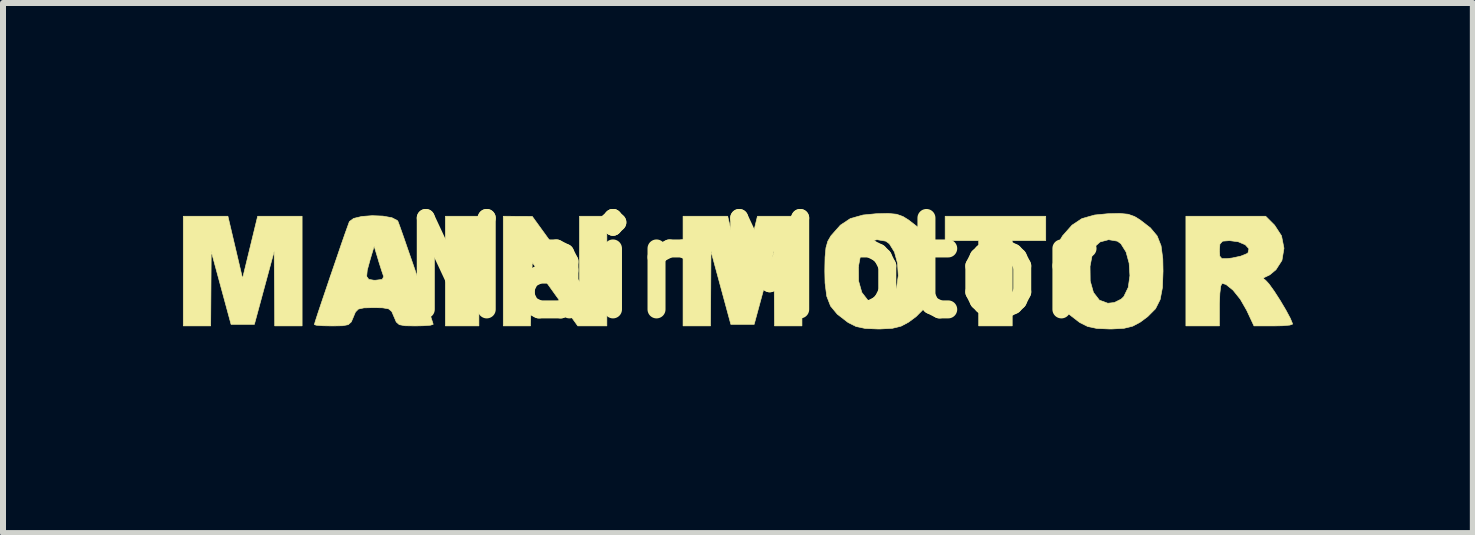
<source format=kicad_pcb>
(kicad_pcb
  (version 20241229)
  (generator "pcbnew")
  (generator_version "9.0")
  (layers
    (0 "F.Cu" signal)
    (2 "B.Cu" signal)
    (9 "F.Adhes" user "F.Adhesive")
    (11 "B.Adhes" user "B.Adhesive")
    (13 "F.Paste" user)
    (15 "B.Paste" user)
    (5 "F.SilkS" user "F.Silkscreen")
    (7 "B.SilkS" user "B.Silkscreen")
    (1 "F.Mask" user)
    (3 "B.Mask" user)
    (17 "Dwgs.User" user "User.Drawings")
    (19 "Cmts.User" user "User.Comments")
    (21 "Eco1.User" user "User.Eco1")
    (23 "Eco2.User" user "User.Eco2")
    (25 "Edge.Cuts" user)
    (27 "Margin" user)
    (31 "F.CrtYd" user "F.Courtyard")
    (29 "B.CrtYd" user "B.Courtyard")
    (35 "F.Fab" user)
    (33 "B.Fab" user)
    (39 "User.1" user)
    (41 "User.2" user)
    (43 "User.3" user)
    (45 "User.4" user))
  (footprint "MainMotor"
    (layer "F.Cu")
    (at 9.454 1.418)
    (property "Reference" "MainMotor" (at 0 0 0) (layer "F.SilkS") (effects (font (size 1.524 1.524) (thickness 0.3))))
    (attr through_hole)
    (fp_poly (pts (xy -4.521 0.965) (xy -5.08 0.965) (xy -5.08 -0.864) (xy -4.521 -0.864) (xy -4.521 0.965)) (stroke (width 0.01) (type solid)) (fill yes) (layer "F.SilkS"))
    (fp_poly (pts (xy 4.928 -0.457) (xy 4.369 -0.457) (xy 4.369 0.965) (xy 3.81 0.965) (xy 3.81 -0.457) (xy 3.251 -0.457) (xy 3.251 -0.864) (xy 4.928 -0.864) (xy 4.928 -0.457)) (stroke (width 0.01) (type solid)) (fill yes) (layer "F.SilkS"))
    (fp_poly (pts (xy -2.388 0.965) (xy -2.873 0.965) (xy -3.253 0.436) (xy -3.632 -0.093) (xy -3.661 0.965) (xy -4.115 0.965) (xy -4.115 -0.864) (xy -3.873 -0.862) (xy -3.632 -0.861) (xy -2.845 0.226) (xy -2.845 -0.864) (xy -2.388 -0.864) (xy -2.388 0.965)) (stroke (width 0.01) (type solid)) (fill yes) (layer "F.SilkS"))
    (fp_poly (pts (xy -8.583 -0.345) (xy -8.461 0.173) (xy -8.335 -0.345) (xy -8.209 -0.864) (xy -7.468 -0.864) (xy -7.468 0.965) (xy -7.925 0.965) (xy -7.929 0.343) (xy -7.934 -0.279) (xy -8.264 0.94) (xy -8.652 0.94) (xy -8.983 -0.279) (xy -8.992 0.965) (xy -9.449 0.965) (xy -9.449 -0.864) (xy -8.705 -0.864) (xy -8.583 -0.345)) (stroke (width 0.01) (type solid)) (fill yes) (layer "F.SilkS"))
    (fp_poly (pts (xy -0.252 -0.345) (xy -0.129 0.173) (xy -0.004 -0.345) (xy 0.122 -0.864) (xy 0.864 -0.864) (xy 0.864 0.965) (xy 0.406 0.965) (xy 0.402 0.343) (xy 0.398 -0.279) (xy 0.067 0.94) (xy -0.321 0.94) (xy -0.652 -0.279) (xy -0.66 0.965) (xy -1.118 0.965) (xy -1.118 -0.864) (xy -0.374 -0.864) (xy -0.252 -0.345)) (stroke (width 0.01) (type solid)) (fill yes) (layer "F.SilkS"))
    (fp_poly (pts (xy 8.742 -0.715) (xy 8.858 -0.537) (xy 8.899 -0.33) (xy 8.865 -0.127) (xy 8.765 0.028) (xy 8.663 0.113) (xy 8.58 0.153) (xy 8.575 0.154) (xy 8.551 0.172) (xy 8.594 0.205) (xy 8.65 0.266) (xy 8.737 0.387) (xy 8.836 0.541) (xy 8.931 0.701) (xy 9.005 0.839) (xy 9.041 0.926) (xy 9.042 0.935) (xy 8.996 0.951) (xy 8.875 0.962) (xy 8.721 0.965) (xy 8.399 0.965) (xy 8.278 0.706) (xy 8.172 0.521) (xy 8.051 0.37) (xy 7.934 0.275) (xy 7.867 0.254) (xy 7.845 0.3) (xy 7.83 0.423) (xy 7.823 0.595) (xy 7.823 0.61) (xy 7.823 0.965) (xy 7.264 0.965) (xy 7.264 -0.298) (xy 7.823 -0.298) (xy 7.829 -0.198) (xy 7.864 -0.157) (xy 7.957 -0.158) (xy 8.033 -0.167) (xy 8.178 -0.198) (xy 8.283 -0.241) (xy 8.299 -0.253) (xy 8.315 -0.321) (xy 8.254 -0.388) (xy 8.136 -0.438) (xy 7.991 -0.457) (xy 7.876 -0.448) (xy 7.831 -0.399) (xy 7.823 -0.298) (xy 7.264 -0.298) (xy 7.264 -0.864) (xy 8.593 -0.864) (xy 8.742 -0.715)) (stroke (width 0.01) (type solid)) (fill yes) (layer "F.SilkS"))
    (fp_poly (pts (xy 2.441 -0.897) (xy 2.548 -0.859) (xy 2.637 -0.804) (xy 2.811 -0.67) (xy 2.924 -0.535) (xy 2.989 -0.371) (xy 3.018 -0.153) (xy 3.023 0.051) (xy 3.013 0.325) (xy 2.975 0.525) (xy 2.897 0.678) (xy 2.767 0.809) (xy 2.642 0.902) (xy 2.516 0.969) (xy 2.37 1.005) (xy 2.165 1.016) (xy 2.134 1.016) (xy 1.919 1.007) (xy 1.767 0.975) (xy 1.641 0.912) (xy 1.625 0.902) (xy 1.453 0.769) (xy 1.341 0.634) (xy 1.277 0.469) (xy 1.249 0.249) (xy 1.245 0.051) (xy 1.246 -0.028) (xy 1.806 -0.028) (xy 1.808 0.216) (xy 1.862 0.407) (xy 1.961 0.535) (xy 2.102 0.587) (xy 2.21 0.575) (xy 2.323 0.519) (xy 2.369 0.476) (xy 2.442 0.323) (xy 2.47 0.127) (xy 2.457 -0.08) (xy 2.406 -0.267) (xy 2.321 -0.405) (xy 2.261 -0.448) (xy 2.115 -0.473) (xy 1.973 -0.435) (xy 1.875 -0.348) (xy 1.859 -0.31) (xy 1.806 -0.028) (xy 1.246 -0.028) (xy 1.249 -0.181) (xy 1.264 -0.338) (xy 1.295 -0.447) (xy 1.346 -0.535) (xy 1.349 -0.539) (xy 1.505 -0.715) (xy 1.671 -0.825) (xy 1.881 -0.884) (xy 2.098 -0.905) (xy 2.302 -0.91) (xy 2.441 -0.897)) (stroke (width 0.01) (type solid)) (fill yes) (layer "F.SilkS"))
    (fp_poly (pts (xy 6.301 -0.897) (xy 6.408 -0.859) (xy 6.498 -0.804) (xy 6.672 -0.67) (xy 6.785 -0.535) (xy 6.85 -0.371) (xy 6.879 -0.153) (xy 6.883 0.051) (xy 6.873 0.325) (xy 6.835 0.525) (xy 6.758 0.678) (xy 6.628 0.809) (xy 6.503 0.902) (xy 6.377 0.969) (xy 6.231 1.005) (xy 6.026 1.016) (xy 5.994 1.016) (xy 5.78 1.007) (xy 5.628 0.975) (xy 5.502 0.912) (xy 5.486 0.902) (xy 5.314 0.769) (xy 5.202 0.634) (xy 5.138 0.469) (xy 5.11 0.249) (xy 5.105 0.051) (xy 5.107 -0.028) (xy 5.666 -0.028) (xy 5.669 0.216) (xy 5.723 0.407) (xy 5.822 0.535) (xy 5.963 0.587) (xy 6.071 0.575) (xy 6.184 0.519) (xy 6.229 0.476) (xy 6.303 0.323) (xy 6.331 0.127) (xy 6.318 -0.08) (xy 6.267 -0.267) (xy 6.181 -0.405) (xy 6.122 -0.448) (xy 5.976 -0.473) (xy 5.834 -0.435) (xy 5.736 -0.348) (xy 5.72 -0.31) (xy 5.666 -0.028) (xy 5.107 -0.028) (xy 5.109 -0.181) (xy 5.124 -0.338) (xy 5.155 -0.447) (xy 5.207 -0.535) (xy 5.21 -0.539) (xy 5.366 -0.715) (xy 5.532 -0.825) (xy 5.742 -0.884) (xy 5.959 -0.905) (xy 6.163 -0.91) (xy 6.301 -0.897)) (stroke (width 0.01) (type solid)) (fill yes) (layer "F.SilkS"))
    (fp_poly (pts (xy -6.122 -0.866) (xy -5.971 -0.839) (xy -5.88 -0.792) (xy -5.869 -0.775) (xy -5.833 -0.677) (xy -5.775 -0.513) (xy -5.702 -0.301) (xy -5.618 -0.06) (xy -5.532 0.191) (xy -5.45 0.433) (xy -5.378 0.647) (xy -5.322 0.815) (xy -5.289 0.917) (xy -5.283 0.939) (xy -5.329 0.953) (xy -5.449 0.962) (xy -5.583 0.965) (xy -5.752 0.962) (xy -5.848 0.944) (xy -5.899 0.899) (xy -5.935 0.814) (xy -5.936 0.813) (xy -5.973 0.726) (xy -6.027 0.68) (xy -6.126 0.663) (xy -6.274 0.66) (xy -6.438 0.664) (xy -6.53 0.684) (xy -6.579 0.734) (xy -6.612 0.813) (xy -6.648 0.898) (xy -6.699 0.944) (xy -6.794 0.962) (xy -6.961 0.965) (xy -6.965 0.965) (xy -7.124 0.962) (xy -7.233 0.953) (xy -7.264 0.942) (xy -7.249 0.89) (xy -7.207 0.76) (xy -7.144 0.572) (xy -7.067 0.345) (xy -6.998 0.14) (xy -6.392 0.14) (xy -6.357 0.189) (xy -6.273 0.203) (xy -6.243 0.203) (xy -6.133 0.19) (xy -6.109 0.144) (xy -6.112 0.132) (xy -6.143 0.041) (xy -6.188 -0.101) (xy -6.203 -0.152) (xy -6.267 -0.365) (xy -6.333 -0.144) (xy -6.382 0.035) (xy -6.392 0.14) (xy -6.998 0.14) (xy -6.983 0.097) (xy -6.898 -0.151) (xy -6.819 -0.383) (xy -6.751 -0.578) (xy -6.701 -0.717) (xy -6.68 -0.775) (xy -6.61 -0.827) (xy -6.473 -0.86) (xy -6.299 -0.873) (xy -6.122 -0.866)) (stroke (width 0.01) (type solid)) (fill yes) (layer "F.SilkS")))
  (gr_rect
    (start -3 -3)
    (end 21.501 5.836)
    (stroke (width 0.1) (type default))
    (fill no)
    (layer "Edge.Cuts")))
</source>
